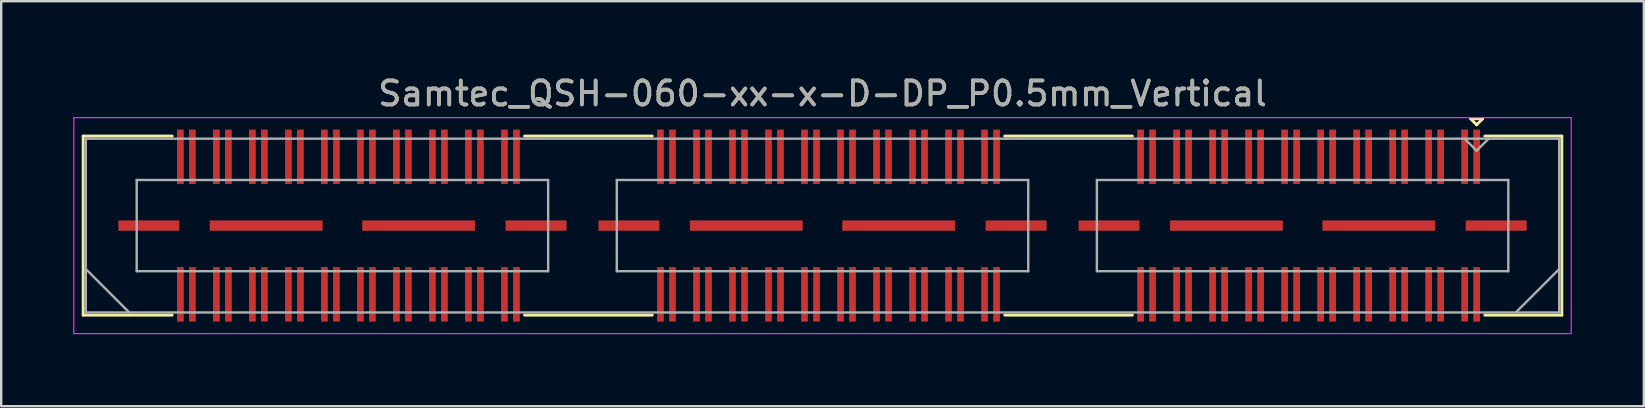
<source format=kicad_pcb>
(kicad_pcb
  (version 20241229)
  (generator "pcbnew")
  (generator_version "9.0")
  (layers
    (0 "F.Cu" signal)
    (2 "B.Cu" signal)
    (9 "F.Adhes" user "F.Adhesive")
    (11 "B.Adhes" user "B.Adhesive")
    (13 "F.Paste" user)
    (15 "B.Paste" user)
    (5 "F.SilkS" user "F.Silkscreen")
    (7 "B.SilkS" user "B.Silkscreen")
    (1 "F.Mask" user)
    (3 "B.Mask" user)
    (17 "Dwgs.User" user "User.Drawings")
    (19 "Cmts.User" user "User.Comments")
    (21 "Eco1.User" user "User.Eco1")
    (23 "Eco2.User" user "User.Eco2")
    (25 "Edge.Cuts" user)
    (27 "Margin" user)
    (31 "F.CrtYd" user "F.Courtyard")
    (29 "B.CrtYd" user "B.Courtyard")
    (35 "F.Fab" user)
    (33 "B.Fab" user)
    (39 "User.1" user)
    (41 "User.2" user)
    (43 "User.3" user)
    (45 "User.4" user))
  (footprint "Samtec_QSH-060-xx-x-D-DP_P0.5mm_Vertical"
    (layer "F.Cu")
    (at 31.215 6.348)
    (property "Reference" "Samtec_QSH-060-xx-x-D-DP_P0.5mm_Vertical" (at 0 -5.5 0) (layer "F.SilkS") (effects (font (size 1 1) (thickness 0.15))))
    (attr smd)
    (fp_line (start -30.8 -3.73) (end -27.09 -3.73) (stroke (width 0.12) (type solid)) (layer "F.SilkS"))
    (fp_line (start -30.8 3.73) (end -30.8 -3.73) (stroke (width 0.12) (type solid)) (layer "F.SilkS"))
    (fp_line (start -27.09 3.73) (end -30.8 3.73) (stroke (width 0.12) (type solid)) (layer "F.SilkS"))
    (fp_line (start -7.09 -3.73) (end -12.411 -3.73) (stroke (width 0.12) (type solid)) (layer "F.SilkS"))
    (fp_line (start -7.09 3.73) (end -12.411 3.73) (stroke (width 0.12) (type solid)) (layer "F.SilkS"))
    (fp_line (start 12.911 -3.73) (end 7.59 -3.73) (stroke (width 0.12) (type solid)) (layer "F.SilkS"))
    (fp_line (start 12.911 3.73) (end 7.59 3.73) (stroke (width 0.12) (type solid)) (layer "F.SilkS"))
    (fp_line (start 27 -4.45) (end 27.5 -4.45) (stroke (width 0.12) (type solid)) (layer "F.SilkS"))
    (fp_line (start 27.25 -4.2) (end 27 -4.45) (stroke (width 0.12) (type solid)) (layer "F.SilkS"))
    (fp_line (start 27.5 -4.45) (end 27.25 -4.2) (stroke (width 0.12) (type solid)) (layer "F.SilkS"))
    (fp_line (start 27.59 3.73) (end 30.8 3.73) (stroke (width 0.12) (type solid)) (layer "F.SilkS"))
    (fp_line (start 30.8 -3.73) (end 27.59 -3.73) (stroke (width 0.12) (type solid)) (layer "F.SilkS"))
    (fp_line (start 30.8 3.73) (end 30.8 -3.73) (stroke (width 0.12) (type solid)) (layer "F.SilkS"))
    (fp_line (start -31.19 -4.5) (end -31.19 4.5) (stroke (width 0.05) (type solid)) (layer "F.CrtYd"))
    (fp_line (start -31.19 4.5) (end 31.19 4.5) (stroke (width 0.05) (type solid)) (layer "F.CrtYd"))
    (fp_line (start 31.19 -4.5) (end -31.19 -4.5) (stroke (width 0.05) (type solid)) (layer "F.CrtYd"))
    (fp_line (start 31.19 4.5) (end 31.19 -4.5) (stroke (width 0.05) (type solid)) (layer "F.CrtYd"))
    (fp_line (start -30.69 -3.62) (end -30.69 3.62) (stroke (width 0.1) (type solid)) (layer "F.Fab"))
    (fp_line (start -30.69 1.81) (end -28.88 3.62) (stroke (width 0.1) (type solid)) (layer "F.Fab"))
    (fp_line (start -30.69 3.62) (end 30.69 3.62) (stroke (width 0.1) (type solid)) (layer "F.Fab"))
    (fp_line (start -28.57 -1.9) (end -28.57 1.9) (stroke (width 0.1) (type solid)) (layer "F.Fab"))
    (fp_line (start -28.57 1.9) (end -11.43 1.9) (stroke (width 0.1) (type solid)) (layer "F.Fab"))
    (fp_line (start -11.43 -1.9) (end -28.57 -1.9) (stroke (width 0.1) (type solid)) (layer "F.Fab"))
    (fp_line (start -11.43 1.9) (end -11.43 -1.9) (stroke (width 0.1) (type solid)) (layer "F.Fab"))
    (fp_line (start -8.57 -1.9) (end -8.57 1.9) (stroke (width 0.1) (type solid)) (layer "F.Fab"))
    (fp_line (start -8.57 1.9) (end 8.57 1.9) (stroke (width 0.1) (type solid)) (layer "F.Fab"))
    (fp_line (start 8.57 -1.9) (end -8.57 -1.9) (stroke (width 0.1) (type solid)) (layer "F.Fab"))
    (fp_line (start 8.57 1.9) (end 8.57 -1.9) (stroke (width 0.1) (type solid)) (layer "F.Fab"))
    (fp_line (start 11.43 -1.9) (end 11.43 1.9) (stroke (width 0.1) (type solid)) (layer "F.Fab"))
    (fp_line (start 11.43 1.9) (end 28.57 1.9) (stroke (width 0.1) (type solid)) (layer "F.Fab"))
    (fp_line (start 27.25 -3.12) (end 26.75 -3.62) (stroke (width 0.1) (type solid)) (layer "F.Fab"))
    (fp_line (start 27.75 -3.62) (end 27.25 -3.12) (stroke (width 0.1) (type solid)) (layer "F.Fab"))
    (fp_line (start 28.57 -1.9) (end 11.43 -1.9) (stroke (width 0.1) (type solid)) (layer "F.Fab"))
    (fp_line (start 28.57 1.9) (end 28.57 -1.9) (stroke (width 0.1) (type solid)) (layer "F.Fab"))
    (fp_line (start 30.69 -3.62) (end -30.69 -3.62) (stroke (width 0.1) (type solid)) (layer "F.Fab"))
    (fp_line (start 30.69 1.81) (end 28.88 3.62) (stroke (width 0.1) (type solid)) (layer "F.Fab"))
    (fp_line (start 30.69 3.62) (end 30.69 -3.62) (stroke (width 0.1) (type solid)) (layer "F.Fab"))
    (fp_text user "${REFERENCE}" (at 0 -5.5 0) (layer "F.Fab") (effects (font (size 1 1) (thickness 0.15))))
    (pad "1" smd rect (at 27.25 -2.865) (size 0.279 2.27) (layers "F.Cu" "F.Mask" "F.Paste"))
    (pad "2" smd rect (at 27.25 2.865) (size 0.279 2.27) (layers "F.Cu" "F.Mask" "F.Paste"))
    (pad "3" smd rect (at 26.75 -2.865) (size 0.279 2.27) (layers "F.Cu" "F.Mask" "F.Paste"))
    (pad "4" smd rect (at 26.75 2.865) (size 0.279 2.27) (layers "F.Cu" "F.Mask" "F.Paste"))
    (pad "5" smd rect (at 25.75 -2.865) (size 0.279 2.27) (layers "F.Cu" "F.Mask" "F.Paste"))
    (pad "6" smd rect (at 25.75 2.865) (size 0.279 2.27) (layers "F.Cu" "F.Mask" "F.Paste"))
    (pad "7" smd rect (at 25.25 -2.865) (size 0.279 2.27) (layers "F.Cu" "F.Mask" "F.Paste"))
    (pad "8" smd rect (at 25.25 2.865) (size 0.279 2.27) (layers "F.Cu" "F.Mask" "F.Paste"))
    (pad "9" smd rect (at 24.25 -2.865) (size 0.279 2.27) (layers "F.Cu" "F.Mask" "F.Paste"))
    (pad "10" smd rect (at 24.25 2.865) (size 0.279 2.27) (layers "F.Cu" "F.Mask" "F.Paste"))
    (pad "11" smd rect (at 23.75 -2.865) (size 0.279 2.27) (layers "F.Cu" "F.Mask" "F.Paste"))
    (pad "12" smd rect (at 23.75 2.865) (size 0.279 2.27) (layers "F.Cu" "F.Mask" "F.Paste"))
    (pad "13" smd rect (at 22.75 -2.865) (size 0.279 2.27) (layers "F.Cu" "F.Mask" "F.Paste"))
    (pad "14" smd rect (at 22.75 2.865) (size 0.279 2.27) (layers "F.Cu" "F.Mask" "F.Paste"))
    (pad "15" smd rect (at 22.25 -2.865) (size 0.279 2.27) (layers "F.Cu" "F.Mask" "F.Paste"))
    (pad "16" smd rect (at 22.25 2.865) (size 0.279 2.27) (layers "F.Cu" "F.Mask" "F.Paste"))
    (pad "17" smd rect (at 21.25 -2.865) (size 0.279 2.27) (layers "F.Cu" "F.Mask" "F.Paste"))
    (pad "18" smd rect (at 21.25 2.865) (size 0.279 2.27) (layers "F.Cu" "F.Mask" "F.Paste"))
    (pad "19" smd rect (at 20.75 -2.865) (size 0.279 2.27) (layers "F.Cu" "F.Mask" "F.Paste"))
    (pad "20" smd rect (at 20.75 2.865) (size 0.279 2.27) (layers "F.Cu" "F.Mask" "F.Paste"))
    (pad "21" smd rect (at 19.75 -2.865) (size 0.279 2.27) (layers "F.Cu" "F.Mask" "F.Paste"))
    (pad "22" smd rect (at 19.75 2.865) (size 0.279 2.27) (layers "F.Cu" "F.Mask" "F.Paste"))
    (pad "23" smd rect (at 19.25 -2.865) (size 0.279 2.27) (layers "F.Cu" "F.Mask" "F.Paste"))
    (pad "24" smd rect (at 19.25 2.865) (size 0.279 2.27) (layers "F.Cu" "F.Mask" "F.Paste"))
    (pad "25" smd rect (at 18.25 -2.865) (size 0.279 2.27) (layers "F.Cu" "F.Mask" "F.Paste"))
    (pad "26" smd rect (at 18.25 2.865) (size 0.279 2.27) (layers "F.Cu" "F.Mask" "F.Paste"))
    (pad "27" smd rect (at 17.75 -2.865) (size 0.279 2.27) (layers "F.Cu" "F.Mask" "F.Paste"))
    (pad "28" smd rect (at 17.75 2.865) (size 0.279 2.27) (layers "F.Cu" "F.Mask" "F.Paste"))
    (pad "29" smd rect (at 16.75 -2.865) (size 0.279 2.27) (layers "F.Cu" "F.Mask" "F.Paste"))
    (pad "30" smd rect (at 16.75 2.865) (size 0.279 2.27) (layers "F.Cu" "F.Mask" "F.Paste"))
    (pad "31" smd rect (at 16.25 -2.865) (size 0.279 2.27) (layers "F.Cu" "F.Mask" "F.Paste"))
    (pad "32" smd rect (at 16.25 2.865) (size 0.279 2.27) (layers "F.Cu" "F.Mask" "F.Paste"))
    (pad "33" smd rect (at 15.25 -2.865) (size 0.279 2.27) (layers "F.Cu" "F.Mask" "F.Paste"))
    (pad "34" smd rect (at 15.25 2.865) (size 0.279 2.27) (layers "F.Cu" "F.Mask" "F.Paste"))
    (pad "35" smd rect (at 14.75 -2.865) (size 0.279 2.27) (layers "F.Cu" "F.Mask" "F.Paste"))
    (pad "36" smd rect (at 14.75 2.865) (size 0.279 2.27) (layers "F.Cu" "F.Mask" "F.Paste"))
    (pad "37" smd rect (at 13.75 -2.865) (size 0.279 2.27) (layers "F.Cu" "F.Mask" "F.Paste"))
    (pad "38" smd rect (at 13.75 2.865) (size 0.279 2.27) (layers "F.Cu" "F.Mask" "F.Paste"))
    (pad "39" smd rect (at 13.25 -2.865) (size 0.279 2.27) (layers "F.Cu" "F.Mask" "F.Paste"))
    (pad "40" smd rect (at 13.25 2.865) (size 0.279 2.27) (layers "F.Cu" "F.Mask" "F.Paste"))
    (pad "41" smd rect (at 7.25 -2.865) (size 0.279 2.27) (layers "F.Cu" "F.Mask" "F.Paste"))
    (pad "42" smd rect (at 7.25 2.865) (size 0.279 2.27) (layers "F.Cu" "F.Mask" "F.Paste"))
    (pad "43" smd rect (at 6.75 -2.865) (size 0.279 2.27) (layers "F.Cu" "F.Mask" "F.Paste"))
    (pad "44" smd rect (at 6.75 2.865) (size 0.279 2.27) (layers "F.Cu" "F.Mask" "F.Paste"))
    (pad "45" smd rect (at 5.75 -2.865) (size 0.279 2.27) (layers "F.Cu" "F.Mask" "F.Paste"))
    (pad "46" smd rect (at 5.75 2.865) (size 0.279 2.27) (layers "F.Cu" "F.Mask" "F.Paste"))
    (pad "47" smd rect (at 5.25 -2.865) (size 0.279 2.27) (layers "F.Cu" "F.Mask" "F.Paste"))
    (pad "48" smd rect (at 5.25 2.865) (size 0.279 2.27) (layers "F.Cu" "F.Mask" "F.Paste"))
    (pad "49" smd rect (at 4.25 -2.865) (size 0.279 2.27) (layers "F.Cu" "F.Mask" "F.Paste"))
    (pad "50" smd rect (at 4.25 2.865) (size 0.279 2.27) (layers "F.Cu" "F.Mask" "F.Paste"))
    (pad "51" smd rect (at 3.75 -2.865) (size 0.279 2.27) (layers "F.Cu" "F.Mask" "F.Paste"))
    (pad "52" smd rect (at 3.75 2.865) (size 0.279 2.27) (layers "F.Cu" "F.Mask" "F.Paste"))
    (pad "53" smd rect (at 2.75 -2.865) (size 0.279 2.27) (layers "F.Cu" "F.Mask" "F.Paste"))
    (pad "54" smd rect (at 2.75 2.865) (size 0.279 2.27) (layers "F.Cu" "F.Mask" "F.Paste"))
    (pad "55" smd rect (at 2.25 -2.865) (size 0.279 2.27) (layers "F.Cu" "F.Mask" "F.Paste"))
    (pad "56" smd rect (at 2.25 2.865) (size 0.279 2.27) (layers "F.Cu" "F.Mask" "F.Paste"))
    (pad "57" smd rect (at 1.25 -2.865) (size 0.279 2.27) (layers "F.Cu" "F.Mask" "F.Paste"))
    (pad "58" smd rect (at 1.25 2.865) (size 0.279 2.27) (layers "F.Cu" "F.Mask" "F.Paste"))
    (pad "59" smd rect (at 0.75 -2.865) (size 0.279 2.27) (layers "F.Cu" "F.Mask" "F.Paste"))
    (pad "60" smd rect (at 0.75 2.865) (size 0.279 2.27) (layers "F.Cu" "F.Mask" "F.Paste"))
    (pad "61" smd rect (at -0.25 -2.865) (size 0.279 2.27) (layers "F.Cu" "F.Mask" "F.Paste"))
    (pad "62" smd rect (at -0.25 2.865) (size 0.279 2.27) (layers "F.Cu" "F.Mask" "F.Paste"))
    (pad "63" smd rect (at -0.75 -2.865) (size 0.279 2.27) (layers "F.Cu" "F.Mask" "F.Paste"))
    (pad "64" smd rect (at -0.75 2.865) (size 0.279 2.27) (layers "F.Cu" "F.Mask" "F.Paste"))
    (pad "65" smd rect (at -1.75 -2.865) (size 0.279 2.27) (layers "F.Cu" "F.Mask" "F.Paste"))
    (pad "66" smd rect (at -1.75 2.865) (size 0.279 2.27) (layers "F.Cu" "F.Mask" "F.Paste"))
    (pad "67" smd rect (at -2.25 -2.865) (size 0.279 2.27) (layers "F.Cu" "F.Mask" "F.Paste"))
    (pad "68" smd rect (at -2.25 2.865) (size 0.279 2.27) (layers "F.Cu" "F.Mask" "F.Paste"))
    (pad "69" smd rect (at -3.25 -2.865) (size 0.279 2.27) (layers "F.Cu" "F.Mask" "F.Paste"))
    (pad "70" smd rect (at -3.25 2.865) (size 0.279 2.27) (layers "F.Cu" "F.Mask" "F.Paste"))
    (pad "71" smd rect (at -3.75 -2.865) (size 0.279 2.27) (layers "F.Cu" "F.Mask" "F.Paste"))
    (pad "72" smd rect (at -3.75 2.865) (size 0.279 2.27) (layers "F.Cu" "F.Mask" "F.Paste"))
    (pad "73" smd rect (at -4.75 -2.865) (size 0.279 2.27) (layers "F.Cu" "F.Mask" "F.Paste"))
    (pad "74" smd rect (at -4.75 2.865) (size 0.279 2.27) (layers "F.Cu" "F.Mask" "F.Paste"))
    (pad "75" smd rect (at -5.25 -2.865) (size 0.279 2.27) (layers "F.Cu" "F.Mask" "F.Paste"))
    (pad "76" smd rect (at -5.25 2.865) (size 0.279 2.27) (layers "F.Cu" "F.Mask" "F.Paste"))
    (pad "77" smd rect (at -6.25 -2.865) (size 0.279 2.27) (layers "F.Cu" "F.Mask" "F.Paste"))
    (pad "78" smd rect (at -6.25 2.865) (size 0.279 2.27) (layers "F.Cu" "F.Mask" "F.Paste"))
    (pad "79" smd rect (at -6.75 -2.865) (size 0.279 2.27) (layers "F.Cu" "F.Mask" "F.Paste"))
    (pad "80" smd rect (at -6.75 2.865) (size 0.279 2.27) (layers "F.Cu" "F.Mask" "F.Paste"))
    (pad "81" smd rect (at -12.75 -2.865) (size 0.279 2.27) (layers "F.Cu" "F.Mask" "F.Paste"))
    (pad "82" smd rect (at -12.75 2.865) (size 0.279 2.27) (layers "F.Cu" "F.Mask" "F.Paste"))
    (pad "83" smd rect (at -13.25 -2.865) (size 0.279 2.27) (layers "F.Cu" "F.Mask" "F.Paste"))
    (pad "84" smd rect (at -13.25 2.865) (size 0.279 2.27) (layers "F.Cu" "F.Mask" "F.Paste"))
    (pad "85" smd rect (at -14.25 -2.865) (size 0.279 2.27) (layers "F.Cu" "F.Mask" "F.Paste"))
    (pad "86" smd rect (at -14.25 2.865) (size 0.279 2.27) (layers "F.Cu" "F.Mask" "F.Paste"))
    (pad "87" smd rect (at -14.75 -2.865) (size 0.279 2.27) (layers "F.Cu" "F.Mask" "F.Paste"))
    (pad "88" smd rect (at -14.75 2.865) (size 0.279 2.27) (layers "F.Cu" "F.Mask" "F.Paste"))
    (pad "89" smd rect (at -15.75 -2.865) (size 0.279 2.27) (layers "F.Cu" "F.Mask" "F.Paste"))
    (pad "90" smd rect (at -15.75 2.865) (size 0.279 2.27) (layers "F.Cu" "F.Mask" "F.Paste"))
    (pad "91" smd rect (at -16.25 -2.865) (size 0.279 2.27) (layers "F.Cu" "F.Mask" "F.Paste"))
    (pad "92" smd rect (at -16.25 2.865) (size 0.279 2.27) (layers "F.Cu" "F.Mask" "F.Paste"))
    (pad "93" smd rect (at -17.25 -2.865) (size 0.279 2.27) (layers "F.Cu" "F.Mask" "F.Paste"))
    (pad "94" smd rect (at -17.25 2.865) (size 0.279 2.27) (layers "F.Cu" "F.Mask" "F.Paste"))
    (pad "95" smd rect (at -17.75 -2.865) (size 0.279 2.27) (layers "F.Cu" "F.Mask" "F.Paste"))
    (pad "96" smd rect (at -17.75 2.865) (size 0.279 2.27) (layers "F.Cu" "F.Mask" "F.Paste"))
    (pad "97" smd rect (at -18.75 -2.865) (size 0.279 2.27) (layers "F.Cu" "F.Mask" "F.Paste"))
    (pad "98" smd rect (at -18.75 2.865) (size 0.279 2.27) (layers "F.Cu" "F.Mask" "F.Paste"))
    (pad "99" smd rect (at -19.25 -2.865) (size 0.279 2.27) (layers "F.Cu" "F.Mask" "F.Paste"))
    (pad "100" smd rect (at -19.25 2.865) (size 0.279 2.27) (layers "F.Cu" "F.Mask" "F.Paste"))
    (pad "101" smd rect (at -20.25 -2.865) (size 0.279 2.27) (layers "F.Cu" "F.Mask" "F.Paste"))
    (pad "102" smd rect (at -20.25 2.865) (size 0.279 2.27) (layers "F.Cu" "F.Mask" "F.Paste"))
    (pad "103" smd rect (at -20.75 -2.865) (size 0.279 2.27) (layers "F.Cu" "F.Mask" "F.Paste"))
    (pad "104" smd rect (at -20.75 2.865) (size 0.279 2.27) (layers "F.Cu" "F.Mask" "F.Paste"))
    (pad "105" smd rect (at -21.75 -2.865) (size 0.279 2.27) (layers "F.Cu" "F.Mask" "F.Paste"))
    (pad "106" smd rect (at -21.75 2.865) (size 0.279 2.27) (layers "F.Cu" "F.Mask" "F.Paste"))
    (pad "107" smd rect (at -22.25 -2.865) (size 0.279 2.27) (layers "F.Cu" "F.Mask" "F.Paste"))
    (pad "108" smd rect (at -22.25 2.865) (size 0.279 2.27) (layers "F.Cu" "F.Mask" "F.Paste"))
    (pad "109" smd rect (at -23.25 -2.865) (size 0.279 2.27) (layers "F.Cu" "F.Mask" "F.Paste"))
    (pad "110" smd rect (at -23.25 2.865) (size 0.279 2.27) (layers "F.Cu" "F.Mask" "F.Paste"))
    (pad "111" smd rect (at -23.75 -2.865) (size 0.279 2.27) (layers "F.Cu" "F.Mask" "F.Paste"))
    (pad "112" smd rect (at -23.75 2.865) (size 0.279 2.27) (layers "F.Cu" "F.Mask" "F.Paste"))
    (pad "113" smd rect (at -24.75 -2.865) (size 0.279 2.27) (layers "F.Cu" "F.Mask" "F.Paste"))
    (pad "114" smd rect (at -24.75 2.865) (size 0.279 2.27) (layers "F.Cu" "F.Mask" "F.Paste"))
    (pad "115" smd rect (at -25.25 -2.865) (size 0.279 2.27) (layers "F.Cu" "F.Mask" "F.Paste"))
    (pad "116" smd rect (at -25.25 2.865) (size 0.279 2.27) (layers "F.Cu" "F.Mask" "F.Paste"))
    (pad "117" smd rect (at -26.25 -2.865) (size 0.279 2.27) (layers "F.Cu" "F.Mask" "F.Paste"))
    (pad "118" smd rect (at -26.25 2.865) (size 0.279 2.27) (layers "F.Cu" "F.Mask" "F.Paste"))
    (pad "119" smd rect (at -26.75 -2.865) (size 0.279 2.27) (layers "F.Cu" "F.Mask" "F.Paste"))
    (pad "120" smd rect (at -26.75 2.865) (size 0.279 2.27) (layers "F.Cu" "F.Mask" "F.Paste"))
    (pad "P1" smd rect (at 11.935 0) (size 2.54 0.43) (layers "F.Cu" "F.Mask" "F.Paste"))
    (pad "P1" smd rect (at 16.825 0) (size 4.7 0.43) (layers "F.Cu" "F.Mask" "F.Paste"))
    (pad "P1" smd rect (at 23.175 0) (size 4.7 0.43) (layers "F.Cu" "F.Mask" "F.Paste"))
    (pad "P1" smd rect (at 28.065 0) (size 2.54 0.43) (layers "F.Cu" "F.Mask" "F.Paste"))
    (pad "P2" smd rect (at -8.065 0) (size 2.54 0.43) (layers "F.Cu" "F.Mask" "F.Paste"))
    (pad "P2" smd rect (at -3.175 0) (size 4.7 0.43) (layers "F.Cu" "F.Mask" "F.Paste"))
    (pad "P2" smd rect (at 3.175 0) (size 4.7 0.43) (layers "F.Cu" "F.Mask" "F.Paste"))
    (pad "P2" smd rect (at 8.065 0) (size 2.54 0.43) (layers "F.Cu" "F.Mask" "F.Paste"))
    (pad "P3" smd rect (at -28.065 0) (size 2.54 0.43) (layers "F.Cu" "F.Mask" "F.Paste"))
    (pad "P3" smd rect (at -23.175 0) (size 4.7 0.43) (layers "F.Cu" "F.Mask" "F.Paste"))
    (pad "P3" smd rect (at -16.825 0) (size 4.7 0.43) (layers "F.Cu" "F.Mask" "F.Paste"))
    (pad "P3" smd rect (at -11.935 0) (size 2.54 0.43) (layers "F.Cu" "F.Mask" "F.Paste")))
  (gr_rect
    (start -3 -3)
    (end 65.43 13.873)
    (stroke (width 0.1) (type default))
    (fill no)
    (layer "Edge.Cuts")))
</source>
